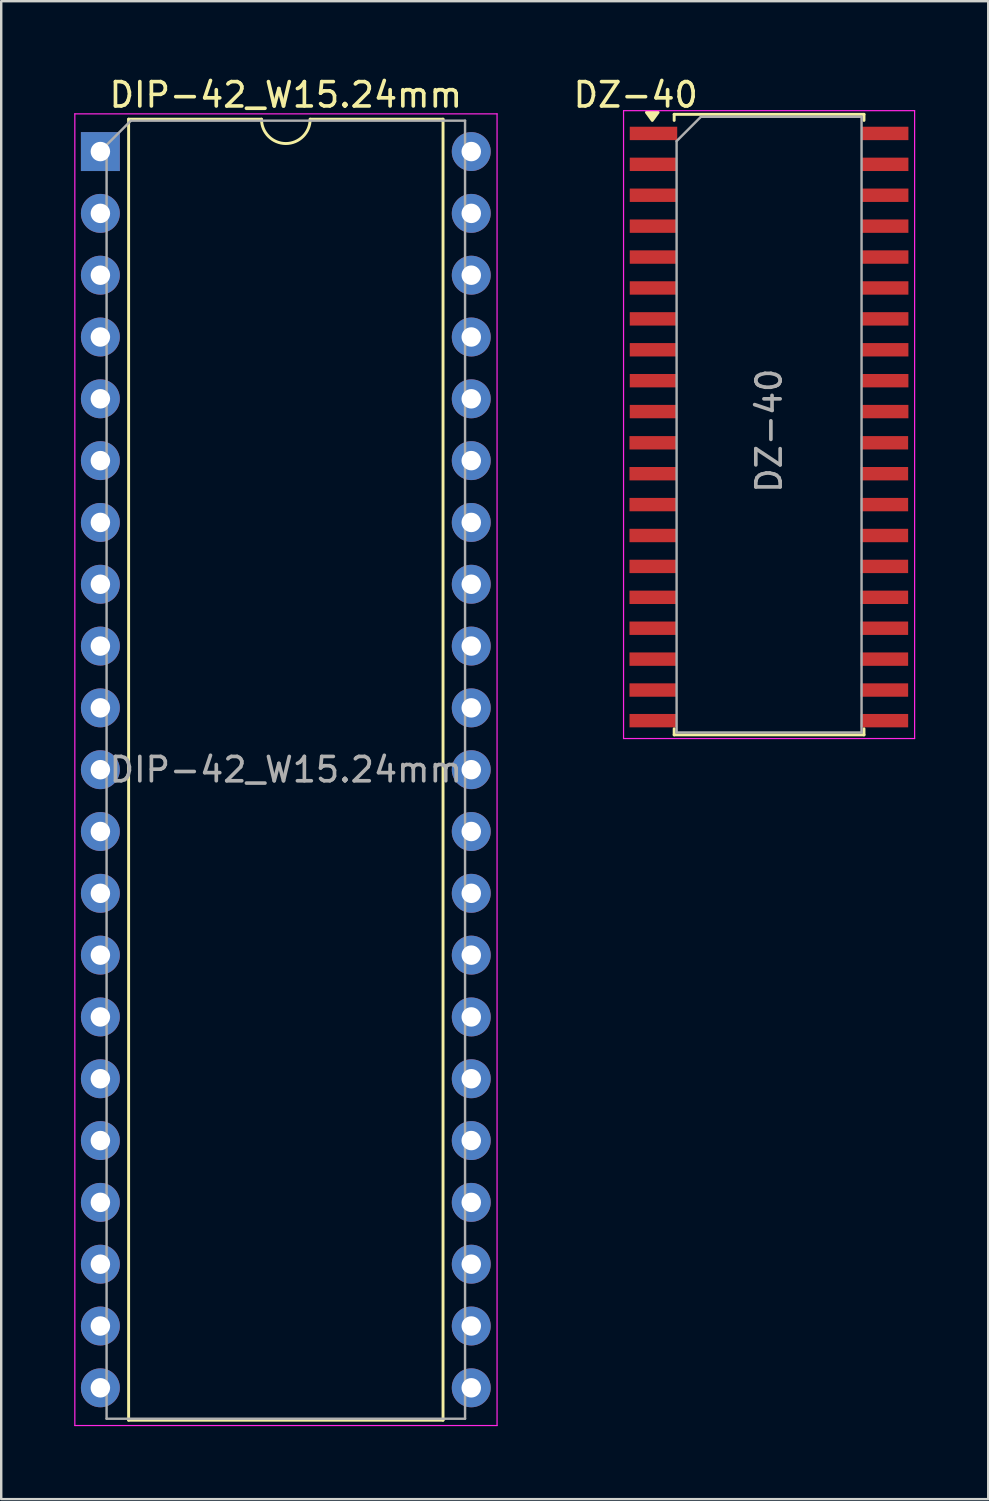
<source format=kicad_pcb>
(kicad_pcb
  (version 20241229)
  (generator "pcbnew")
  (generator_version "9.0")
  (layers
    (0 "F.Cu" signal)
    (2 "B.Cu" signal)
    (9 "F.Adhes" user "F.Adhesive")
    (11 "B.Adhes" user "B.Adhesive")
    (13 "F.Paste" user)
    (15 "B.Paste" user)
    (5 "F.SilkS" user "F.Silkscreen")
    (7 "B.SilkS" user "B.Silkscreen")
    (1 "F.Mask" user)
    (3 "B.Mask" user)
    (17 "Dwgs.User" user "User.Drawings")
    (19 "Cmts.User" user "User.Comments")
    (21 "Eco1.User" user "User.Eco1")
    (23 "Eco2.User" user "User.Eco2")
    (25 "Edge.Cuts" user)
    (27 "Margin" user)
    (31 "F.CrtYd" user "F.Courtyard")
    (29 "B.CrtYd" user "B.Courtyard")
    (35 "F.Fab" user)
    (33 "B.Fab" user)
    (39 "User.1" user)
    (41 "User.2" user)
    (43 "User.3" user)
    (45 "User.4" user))
  (footprint "DIP-42_W15.24mm"
    (layer "F.Cu")
    (at 1.075 3.178)
    (property "Reference" "DIP-42_W15.24mm" (at 7.62 -2.33 0) (layer "F.SilkS") (effects (font (size 1 1) (thickness 0.15))))
    (attr through_hole)
    (fp_line (start 1.16 -1.33) (end 1.16 52.13) (stroke (width 0.12) (type solid)) (layer "F.SilkS"))
    (fp_line (start 1.16 52.13) (end 14.08 52.13) (stroke (width 0.12) (type solid)) (layer "F.SilkS"))
    (fp_line (start 6.62 -1.33) (end 1.16 -1.33) (stroke (width 0.12) (type solid)) (layer "F.SilkS"))
    (fp_line (start 14.08 -1.33) (end 8.62 -1.33) (stroke (width 0.12) (type solid)) (layer "F.SilkS"))
    (fp_line (start 14.08 52.13) (end 14.08 -1.33) (stroke (width 0.12) (type solid)) (layer "F.SilkS"))
    (fp_arc (start 8.62 -1.33) (mid 7.62 -0.33) (end 6.62 -1.33) (stroke (width 0.12) (type solid)) (layer "F.SilkS"))
    (fp_line (start -1.05 -1.55) (end -1.05 52.35) (stroke (width 0.05) (type solid)) (layer "F.CrtYd"))
    (fp_line (start -1.05 52.35) (end 16.3 52.35) (stroke (width 0.05) (type solid)) (layer "F.CrtYd"))
    (fp_line (start 16.3 -1.55) (end -1.05 -1.55) (stroke (width 0.05) (type solid)) (layer "F.CrtYd"))
    (fp_line (start 16.3 52.35) (end 16.3 -1.55) (stroke (width 0.05) (type solid)) (layer "F.CrtYd"))
    (fp_line (start 0.255 -0.27) (end 1.255 -1.27) (stroke (width 0.1) (type solid)) (layer "F.Fab"))
    (fp_line (start 0.255 52.07) (end 0.255 -0.27) (stroke (width 0.1) (type solid)) (layer "F.Fab"))
    (fp_line (start 1.255 -1.27) (end 14.985 -1.27) (stroke (width 0.1) (type solid)) (layer "F.Fab"))
    (fp_line (start 14.985 -1.27) (end 14.985 52.07) (stroke (width 0.1) (type solid)) (layer "F.Fab"))
    (fp_line (start 14.985 52.07) (end 0.255 52.07) (stroke (width 0.1) (type solid)) (layer "F.Fab"))
    (fp_text user "${REFERENCE}" (at 7.62 25.4 0) (layer "F.Fab") (effects (font (size 1 1) (thickness 0.15))))
    (pad "1" thru_hole rect (at 0 0) (size 1.6 1.6) (drill 0.8) (layers "*.Cu" "*.Mask"))
    (pad "2" thru_hole oval (at 0 2.54) (size 1.6 1.6) (drill 0.8) (layers "*.Cu" "*.Mask"))
    (pad "3" thru_hole oval (at 0 5.08) (size 1.6 1.6) (drill 0.8) (layers "*.Cu" "*.Mask"))
    (pad "4" thru_hole oval (at 0 7.62) (size 1.6 1.6) (drill 0.8) (layers "*.Cu" "*.Mask"))
    (pad "5" thru_hole oval (at 0 10.16) (size 1.6 1.6) (drill 0.8) (layers "*.Cu" "*.Mask"))
    (pad "6" thru_hole oval (at 0 12.7) (size 1.6 1.6) (drill 0.8) (layers "*.Cu" "*.Mask"))
    (pad "7" thru_hole oval (at 0 15.24) (size 1.6 1.6) (drill 0.8) (layers "*.Cu" "*.Mask"))
    (pad "8" thru_hole oval (at 0 17.78) (size 1.6 1.6) (drill 0.8) (layers "*.Cu" "*.Mask"))
    (pad "9" thru_hole oval (at 0 20.32) (size 1.6 1.6) (drill 0.8) (layers "*.Cu" "*.Mask"))
    (pad "10" thru_hole oval (at 0 22.86) (size 1.6 1.6) (drill 0.8) (layers "*.Cu" "*.Mask"))
    (pad "11" thru_hole oval (at 0 25.4) (size 1.6 1.6) (drill 0.8) (layers "*.Cu" "*.Mask"))
    (pad "12" thru_hole oval (at 0 27.94) (size 1.6 1.6) (drill 0.8) (layers "*.Cu" "*.Mask"))
    (pad "13" thru_hole oval (at 0 30.48) (size 1.6 1.6) (drill 0.8) (layers "*.Cu" "*.Mask"))
    (pad "14" thru_hole oval (at 0 33.02) (size 1.6 1.6) (drill 0.8) (layers "*.Cu" "*.Mask"))
    (pad "15" thru_hole oval (at 0 35.56) (size 1.6 1.6) (drill 0.8) (layers "*.Cu" "*.Mask"))
    (pad "16" thru_hole oval (at 0 38.1) (size 1.6 1.6) (drill 0.8) (layers "*.Cu" "*.Mask"))
    (pad "17" thru_hole oval (at 0 40.64) (size 1.6 1.6) (drill 0.8) (layers "*.Cu" "*.Mask"))
    (pad "18" thru_hole oval (at 0 43.18) (size 1.6 1.6) (drill 0.8) (layers "*.Cu" "*.Mask"))
    (pad "19" thru_hole oval (at 0 45.72) (size 1.6 1.6) (drill 0.8) (layers "*.Cu" "*.Mask"))
    (pad "20" thru_hole oval (at 0 48.26) (size 1.6 1.6) (drill 0.8) (layers "*.Cu" "*.Mask"))
    (pad "21" thru_hole oval (at 0 50.8) (size 1.6 1.6) (drill 0.8) (layers "*.Cu" "*.Mask"))
    (pad "22" thru_hole oval (at 15.24 50.8) (size 1.6 1.6) (drill 0.8) (layers "*.Cu" "*.Mask"))
    (pad "23" thru_hole oval (at 15.24 48.26) (size 1.6 1.6) (drill 0.8) (layers "*.Cu" "*.Mask"))
    (pad "24" thru_hole oval (at 15.24 45.72) (size 1.6 1.6) (drill 0.8) (layers "*.Cu" "*.Mask"))
    (pad "25" thru_hole oval (at 15.24 43.18) (size 1.6 1.6) (drill 0.8) (layers "*.Cu" "*.Mask"))
    (pad "26" thru_hole oval (at 15.24 40.64) (size 1.6 1.6) (drill 0.8) (layers "*.Cu" "*.Mask"))
    (pad "27" thru_hole oval (at 15.24 38.1) (size 1.6 1.6) (drill 0.8) (layers "*.Cu" "*.Mask"))
    (pad "28" thru_hole oval (at 15.24 35.56) (size 1.6 1.6) (drill 0.8) (layers "*.Cu" "*.Mask"))
    (pad "29" thru_hole oval (at 15.24 33.02) (size 1.6 1.6) (drill 0.8) (layers "*.Cu" "*.Mask"))
    (pad "30" thru_hole oval (at 15.24 30.48) (size 1.6 1.6) (drill 0.8) (layers "*.Cu" "*.Mask"))
    (pad "31" thru_hole oval (at 15.24 27.94) (size 1.6 1.6) (drill 0.8) (layers "*.Cu" "*.Mask"))
    (pad "32" thru_hole oval (at 15.24 25.4) (size 1.6 1.6) (drill 0.8) (layers "*.Cu" "*.Mask"))
    (pad "33" thru_hole oval (at 15.24 22.86) (size 1.6 1.6) (drill 0.8) (layers "*.Cu" "*.Mask"))
    (pad "34" thru_hole oval (at 15.24 20.32) (size 1.6 1.6) (drill 0.8) (layers "*.Cu" "*.Mask"))
    (pad "35" thru_hole oval (at 15.24 17.78) (size 1.6 1.6) (drill 0.8) (layers "*.Cu" "*.Mask"))
    (pad "36" thru_hole oval (at 15.24 15.24) (size 1.6 1.6) (drill 0.8) (layers "*.Cu" "*.Mask"))
    (pad "37" thru_hole oval (at 15.24 12.7) (size 1.6 1.6) (drill 0.8) (layers "*.Cu" "*.Mask"))
    (pad "38" thru_hole oval (at 15.24 10.16) (size 1.6 1.6) (drill 0.8) (layers "*.Cu" "*.Mask"))
    (pad "39" thru_hole oval (at 15.24 7.62) (size 1.6 1.6) (drill 0.8) (layers "*.Cu" "*.Mask"))
    (pad "40" thru_hole oval (at 15.24 5.08) (size 1.6 1.6) (drill 0.8) (layers "*.Cu" "*.Mask"))
    (pad "41" thru_hole oval (at 15.24 2.54) (size 1.6 1.6) (drill 0.8) (layers "*.Cu" "*.Mask"))
    (pad "42" thru_hole oval (at 15.24 0) (size 1.6 1.6) (drill 0.8) (layers "*.Cu" "*.Mask")))
  (footprint "DZ-40"
    (layer "F.Cu")
    (at 28.553 14.685)
    (property "Reference" "DZ-40" (at -5.48 -13.837 0) (layer "F.SilkS") (effects (font (size 1 1) (thickness 0.15))))
    (attr smd)
    (fp_line (start -3.9 -13.037) (end 3.9 -13.037) (stroke (width 0.12) (type solid)) (layer "F.SilkS"))
    (fp_line (start -3.9 -12.787) (end -3.9 -13.037) (stroke (width 0.12) (type solid)) (layer "F.SilkS"))
    (fp_line (start -3.9 12.463) (end -3.9 12.213) (stroke (width 0.12) (type solid)) (layer "F.SilkS"))
    (fp_line (start 3.9 -12.787) (end 3.9 -13.037) (stroke (width 0.12) (type solid)) (layer "F.SilkS"))
    (fp_line (start 3.9 12.463) (end -3.9 12.463) (stroke (width 0.12) (type solid)) (layer "F.SilkS"))
    (fp_line (start 3.9 12.463) (end 3.9 12.213) (stroke (width 0.12) (type solid)) (layer "F.SilkS"))
    (fp_poly (pts (xy -4.8 -12.787) (xy -5.04 -13.117) (xy -4.56 -13.117) (xy -4.8 -12.787)) (stroke (width 0.12) (type solid)) (fill yes) (layer "F.SilkS"))
    (fp_line (start -5.98 -13.187) (end 5.98 -13.187) (stroke (width 0.05) (type solid)) (layer "F.CrtYd"))
    (fp_line (start -5.98 12.613) (end -5.98 -13.187) (stroke (width 0.05) (type solid)) (layer "F.CrtYd"))
    (fp_line (start -5.98 12.613) (end 5.98 12.613) (stroke (width 0.05) (type solid)) (layer "F.CrtYd"))
    (fp_line (start 5.98 12.613) (end 5.98 -13.187) (stroke (width 0.05) (type solid)) (layer "F.CrtYd"))
    (fp_line (start -3.8 -11.937) (end -2.8 -12.937) (stroke (width 0.1) (type solid)) (layer "F.Fab"))
    (fp_line (start -3.8 12.363) (end -3.8 -11.937) (stroke (width 0.1) (type solid)) (layer "F.Fab"))
    (fp_line (start -2.8 -12.937) (end 3.8 -12.937) (stroke (width 0.1) (type solid)) (layer "F.Fab"))
    (fp_line (start 3.8 -12.937) (end 3.8 12.363) (stroke (width 0.1) (type solid)) (layer "F.Fab"))
    (fp_line (start 3.8 12.363) (end -3.8 12.363) (stroke (width 0.1) (type solid)) (layer "F.Fab"))
    (fp_text user "${REFERENCE}" (at 0 -0.037 90) (layer "F.Fab") (effects (font (size 1 1) (thickness 0.15))))
    (pad "1" smd rect (at -4.75 -12.252 90) (size 0.55 1.95) (layers "F.Cu" "F.Mask" "F.Paste"))
    (pad "2" smd rect (at -4.75 -10.982 90) (size 0.55 1.95) (layers "F.Cu" "F.Mask" "F.Paste"))
    (pad "3" smd rect (at -4.75 -9.712 90) (size 0.55 1.95) (layers "F.Cu" "F.Mask" "F.Paste"))
    (pad "4" smd rect (at -4.75 -8.442 90) (size 0.55 1.95) (layers "F.Cu" "F.Mask" "F.Paste"))
    (pad "5" smd rect (at -4.75 -7.172 90) (size 0.55 1.95) (layers "F.Cu" "F.Mask" "F.Paste"))
    (pad "6" smd rect (at -4.75 -5.902 90) (size 0.55 1.95) (layers "F.Cu" "F.Mask" "F.Paste"))
    (pad "7" smd rect (at -4.75 -4.632 90) (size 0.55 1.95) (layers "F.Cu" "F.Mask" "F.Paste"))
    (pad "8" smd rect (at -4.75 -3.362 90) (size 0.55 1.95) (layers "F.Cu" "F.Mask" "F.Paste"))
    (pad "9" smd rect (at -4.75 -2.092 90) (size 0.55 1.95) (layers "F.Cu" "F.Mask" "F.Paste"))
    (pad "10" smd rect (at -4.75 -0.822 90) (size 0.55 1.95) (layers "F.Cu" "F.Mask" "F.Paste"))
    (pad "11" smd rect (at -4.761 0.46 90) (size 0.55 1.95) (layers "F.Cu" "F.Mask" "F.Paste"))
    (pad "12" smd rect (at -4.761 1.73 90) (size 0.55 1.95) (layers "F.Cu" "F.Mask" "F.Paste"))
    (pad "13" smd rect (at -4.761 3 90) (size 0.55 1.95) (layers "F.Cu" "F.Mask" "F.Paste"))
    (pad "14" smd rect (at -4.761 4.27 90) (size 0.55 1.95) (layers "F.Cu" "F.Mask" "F.Paste"))
    (pad "15" smd rect (at -4.761 5.54 90) (size 0.55 1.95) (layers "F.Cu" "F.Mask" "F.Paste"))
    (pad "16" smd rect (at -4.761 6.81 90) (size 0.55 1.95) (layers "F.Cu" "F.Mask" "F.Paste"))
    (pad "17" smd rect (at -4.761 8.08 90) (size 0.55 1.95) (layers "F.Cu" "F.Mask" "F.Paste"))
    (pad "18" smd rect (at -4.761 9.35 90) (size 0.55 1.95) (layers "F.Cu" "F.Mask" "F.Paste"))
    (pad "19" smd rect (at -4.761 10.62 90) (size 0.55 1.95) (layers "F.Cu" "F.Mask" "F.Paste"))
    (pad "20" smd rect (at -4.76 11.878 90) (size 0.55 1.95) (layers "F.Cu" "F.Mask" "F.Paste"))
    (pad "21" smd rect (at 4.74 11.878 90) (size 0.55 1.95) (layers "F.Cu" "F.Mask" "F.Paste"))
    (pad "22" smd rect (at 4.739 10.62 90) (size 0.55 1.95) (layers "F.Cu" "F.Mask" "F.Paste"))
    (pad "23" smd rect (at 4.739 9.35 90) (size 0.55 1.95) (layers "F.Cu" "F.Mask" "F.Paste"))
    (pad "24" smd rect (at 4.739 8.08 90) (size 0.55 1.95) (layers "F.Cu" "F.Mask" "F.Paste"))
    (pad "25" smd rect (at 4.739 6.81 90) (size 0.55 1.95) (layers "F.Cu" "F.Mask" "F.Paste"))
    (pad "26" smd rect (at 4.739 5.54 90) (size 0.55 1.95) (layers "F.Cu" "F.Mask" "F.Paste"))
    (pad "27" smd rect (at 4.739 4.27 90) (size 0.55 1.95) (layers "F.Cu" "F.Mask" "F.Paste"))
    (pad "28" smd rect (at 4.739 3 90) (size 0.55 1.95) (layers "F.Cu" "F.Mask" "F.Paste"))
    (pad "29" smd rect (at 4.739 1.73 90) (size 0.55 1.95) (layers "F.Cu" "F.Mask" "F.Paste"))
    (pad "30" smd rect (at 4.739 0.46 90) (size 0.55 1.95) (layers "F.Cu" "F.Mask" "F.Paste"))
    (pad "31" smd rect (at 4.75 -0.822 90) (size 0.55 1.95) (layers "F.Cu" "F.Mask" "F.Paste"))
    (pad "32" smd rect (at 4.75 -2.092 90) (size 0.55 1.95) (layers "F.Cu" "F.Mask" "F.Paste"))
    (pad "33" smd rect (at 4.75 -3.362 90) (size 0.55 1.95) (layers "F.Cu" "F.Mask" "F.Paste"))
    (pad "34" smd rect (at 4.75 -4.632 90) (size 0.55 1.95) (layers "F.Cu" "F.Mask" "F.Paste"))
    (pad "35" smd rect (at 4.75 -5.902 90) (size 0.55 1.95) (layers "F.Cu" "F.Mask" "F.Paste"))
    (pad "36" smd rect (at 4.75 -7.172 90) (size 0.55 1.95) (layers "F.Cu" "F.Mask" "F.Paste"))
    (pad "37" smd rect (at 4.75 -8.442 90) (size 0.55 1.95) (layers "F.Cu" "F.Mask" "F.Paste"))
    (pad "38" smd rect (at 4.75 -9.712 90) (size 0.55 1.95) (layers "F.Cu" "F.Mask" "F.Paste"))
    (pad "39" smd rect (at 4.75 -10.982 90) (size 0.55 1.95) (layers "F.Cu" "F.Mask" "F.Paste"))
    (pad "40" smd rect (at 4.75 -12.252 90) (size 0.55 1.95) (layers "F.Cu" "F.Mask" "F.Paste")))
  (gr_rect
    (start -3 -3)
    (end 37.558 58.553)
    (stroke (width 0.1) (type default))
    (fill no)
    (layer "Edge.Cuts")))
</source>
